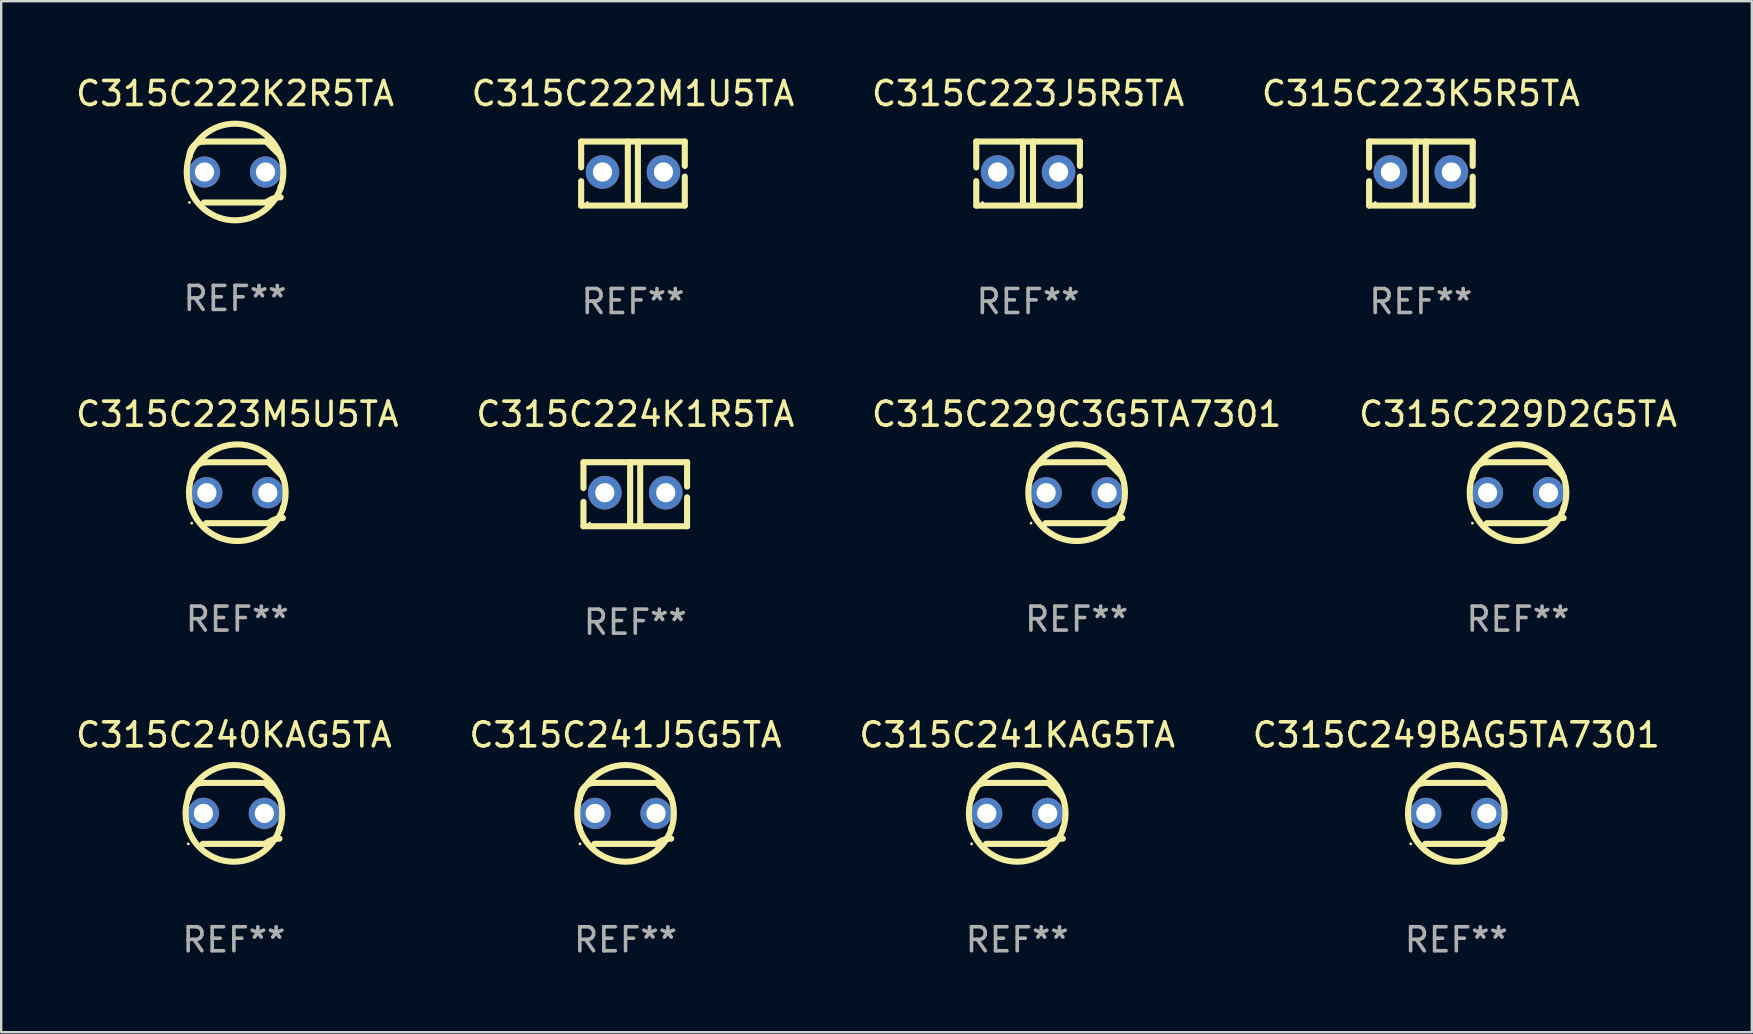
<source format=kicad_pcb>
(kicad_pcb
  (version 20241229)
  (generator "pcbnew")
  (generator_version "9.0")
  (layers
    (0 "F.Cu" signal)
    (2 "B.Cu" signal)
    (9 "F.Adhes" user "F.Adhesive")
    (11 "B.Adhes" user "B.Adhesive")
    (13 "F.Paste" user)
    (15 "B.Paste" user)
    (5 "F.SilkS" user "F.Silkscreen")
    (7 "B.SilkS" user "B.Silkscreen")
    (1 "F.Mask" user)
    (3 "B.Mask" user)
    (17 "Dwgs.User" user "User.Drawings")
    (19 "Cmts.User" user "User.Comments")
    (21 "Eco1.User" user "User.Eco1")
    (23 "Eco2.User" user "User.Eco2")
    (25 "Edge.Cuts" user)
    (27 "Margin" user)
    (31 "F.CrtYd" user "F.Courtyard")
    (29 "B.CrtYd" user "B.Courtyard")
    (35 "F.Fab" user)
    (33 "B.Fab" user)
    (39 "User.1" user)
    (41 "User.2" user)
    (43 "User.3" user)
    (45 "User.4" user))
  (footprint "C315C249BAG5TA7301"
    (layer "F.Cu")
    (at 57.637 30.845)
    (property "Reference" "C315C249BAG5TA7301" (at 0 -3.27 0) (layer "F.SilkS") (effects (font (size 1 1) (thickness 0.15))))
    (attr through_hole)
    (fp_line (start -1.9 -0.615) (end -1.9 -0.668) (stroke (width 0.254) (type solid)) (layer "F.SilkS"))
    (fp_line (start -1.9 0.668) (end -1.9 0.615) (stroke (width 0.254) (type solid)) (layer "F.SilkS"))
    (fp_line (start -1.298 1.27) (end 1.298 1.27) (stroke (width 0.254) (type solid)) (layer "F.SilkS"))
    (fp_line (start -1.298 -1.27) (end 1.298 -1.27) (stroke (width 0.254) (type solid)) (layer "F.SilkS"))
    (fp_line (start 1.9 -0.668) (end 1.9 -0.615) (stroke (width 0.254) (type solid)) (layer "F.SilkS"))
    (fp_line (start 1.9 0.615) (end 1.9 0.668) (stroke (width 0.254) (type solid)) (layer "F.SilkS"))
    (fp_arc (start -1.900025 0.667602) (mid 1.900003 -0.66758) (end -1.900025 0.667602) (stroke (width 0.254001) (type solid)) (layer "F.SilkS"))
    (fp_arc (start -1.9 -0.667602) (mid -1.723557 -1.093572) (end -1.297587 -1.270015) (stroke (width 0.254001) (type solid)) (layer "F.SilkS"))
    (fp_arc (start 1.297587 1.26999) (mid 1.579878 1.109027) (end 1.9 1.053172) (stroke (width 0.254001) (type solid)) (layer "F.SilkS"))
    (fp_arc (start 1.297611 -1.270042) (mid 1.598991 -0.969008) (end 1.900025 -0.667628) (stroke (width 0.254001) (type solid)) (layer "F.SilkS"))
    (fp_circle (center -1.9 1.27) (end -1.87 1.27) (stroke (width 0.06) (type solid)) (fill no) (layer "F.SilkS"))
    (fp_text user "REF**" (at 0 5.27 0) (layer "F.Fab") (effects (font (size 1 1) (thickness 0.15))))
    (pad "1" thru_hole circle (at -1.27 -0.000013) (size 1.3 1.3) (drill 0.8) (layers "*.Cu" "*.Mask"))
    (pad "2" thru_hole circle (at 1.27 -0.000013) (size 1.3 1.3) (drill 0.8) (layers "*.Cu" "*.Mask")))
  (footprint "C315C229D2G5TA"
    (layer "F.Cu")
    (at 60.208 17.482)
    (property "Reference" "C315C229D2G5TA" (at 0 -3.27 0) (layer "F.SilkS") (effects (font (size 1 1) (thickness 0.15))))
    (attr through_hole)
    (fp_line (start -1.9 -0.615) (end -1.9 -0.668) (stroke (width 0.254) (type solid)) (layer "F.SilkS"))
    (fp_line (start -1.9 0.668) (end -1.9 0.615) (stroke (width 0.254) (type solid)) (layer "F.SilkS"))
    (fp_line (start -1.298 1.27) (end 1.298 1.27) (stroke (width 0.254) (type solid)) (layer "F.SilkS"))
    (fp_line (start -1.298 -1.27) (end 1.298 -1.27) (stroke (width 0.254) (type solid)) (layer "F.SilkS"))
    (fp_line (start 1.9 -0.668) (end 1.9 -0.615) (stroke (width 0.254) (type solid)) (layer "F.SilkS"))
    (fp_line (start 1.9 0.615) (end 1.9 0.668) (stroke (width 0.254) (type solid)) (layer "F.SilkS"))
    (fp_arc (start -1.900025 0.667602) (mid 1.900003 -0.66758) (end -1.900025 0.667602) (stroke (width 0.254001) (type solid)) (layer "F.SilkS"))
    (fp_arc (start -1.9 -0.667602) (mid -1.723557 -1.093572) (end -1.297587 -1.270015) (stroke (width 0.254001) (type solid)) (layer "F.SilkS"))
    (fp_arc (start 1.297587 1.26999) (mid 1.579878 1.109027) (end 1.9 1.053172) (stroke (width 0.254001) (type solid)) (layer "F.SilkS"))
    (fp_arc (start 1.297611 -1.270042) (mid 1.598991 -0.969008) (end 1.900025 -0.667628) (stroke (width 0.254001) (type solid)) (layer "F.SilkS"))
    (fp_circle (center -1.9 1.27) (end -1.87 1.27) (stroke (width 0.06) (type solid)) (fill no) (layer "F.SilkS"))
    (fp_text user "REF**" (at 0 5.27 0) (layer "F.Fab") (effects (font (size 1 1) (thickness 0.15))))
    (pad "1" thru_hole circle (at -1.27 -0.000013) (size 1.3 1.3) (drill 0.8) (layers "*.Cu" "*.Mask"))
    (pad "2" thru_hole circle (at 1.27 -0.000013) (size 1.3 1.3) (drill 0.8) (layers "*.Cu" "*.Mask")))
  (footprint "C315C222K2R5TA"
    (layer "F.Cu")
    (at 6.744 4.118)
    (property "Reference" "C315C222K2R5TA" (at 0 -3.27 0) (layer "F.SilkS") (effects (font (size 1 1) (thickness 0.15))))
    (attr through_hole)
    (fp_line (start -1.9 -0.615) (end -1.9 -0.668) (stroke (width 0.254) (type solid)) (layer "F.SilkS"))
    (fp_line (start -1.9 0.668) (end -1.9 0.615) (stroke (width 0.254) (type solid)) (layer "F.SilkS"))
    (fp_line (start -1.298 1.27) (end 1.298 1.27) (stroke (width 0.254) (type solid)) (layer "F.SilkS"))
    (fp_line (start -1.298 -1.27) (end 1.298 -1.27) (stroke (width 0.254) (type solid)) (layer "F.SilkS"))
    (fp_line (start 1.9 -0.668) (end 1.9 -0.615) (stroke (width 0.254) (type solid)) (layer "F.SilkS"))
    (fp_line (start 1.9 0.615) (end 1.9 0.668) (stroke (width 0.254) (type solid)) (layer "F.SilkS"))
    (fp_arc (start -1.900025 0.667602) (mid 1.900003 -0.66758) (end -1.900025 0.667602) (stroke (width 0.254001) (type solid)) (layer "F.SilkS"))
    (fp_arc (start -1.9 -0.667602) (mid -1.723557 -1.093572) (end -1.297587 -1.270015) (stroke (width 0.254001) (type solid)) (layer "F.SilkS"))
    (fp_arc (start 1.297587 1.26999) (mid 1.579878 1.109027) (end 1.9 1.053172) (stroke (width 0.254001) (type solid)) (layer "F.SilkS"))
    (fp_arc (start 1.297611 -1.270042) (mid 1.598991 -0.969008) (end 1.900025 -0.667628) (stroke (width 0.254001) (type solid)) (layer "F.SilkS"))
    (fp_circle (center -1.9 1.27) (end -1.87 1.27) (stroke (width 0.06) (type solid)) (fill no) (layer "F.SilkS"))
    (fp_text user "REF**" (at 0 5.27 0) (layer "F.Fab") (effects (font (size 1 1) (thickness 0.15))))
    (pad "1" thru_hole circle (at -1.27 -0.000013) (size 1.3 1.3) (drill 0.8) (layers "*.Cu" "*.Mask"))
    (pad "2" thru_hole circle (at 1.27 -0.000013) (size 1.3 1.3) (drill 0.8) (layers "*.Cu" "*.Mask")))
  (footprint "C315C224K1R5TA"
    (layer "F.Cu")
    (at 23.423 17.545)
    (property "Reference" "C315C224K1R5TA" (at 0 -3.334 0) (layer "F.SilkS") (effects (font (size 1 1) (thickness 0.15))))
    (attr through_hole)
    (fp_line (start -2.159 -1.334) (end 2.159 -1.334) (stroke (width 0.254) (type solid)) (layer "F.SilkS"))
    (fp_line (start -2.159 -0.256) (end -2.159 -1.334) (stroke (width 0.254) (type solid)) (layer "F.SilkS"))
    (fp_line (start -2.159 1.334) (end -2.159 0.318) (stroke (width 0.254) (type solid)) (layer "F.SilkS"))
    (fp_line (start -0.214 -1.334) (end -0.214 1.207) (stroke (width 0.254) (type solid)) (layer "F.SilkS"))
    (fp_line (start 0.205 -1.334) (end 0.205 1.207) (stroke (width 0.254) (type solid)) (layer "F.SilkS"))
    (fp_line (start 2.159 -1.334) (end 2.159 -0.318) (stroke (width 0.254) (type solid)) (layer "F.SilkS"))
    (fp_line (start 2.159 0.129) (end 2.159 1.334) (stroke (width 0.254) (type solid)) (layer "F.SilkS"))
    (fp_line (start 2.159 1.334) (end -2.159 1.334) (stroke (width 0.254) (type solid)) (layer "F.SilkS"))
    (fp_circle (center -1.9 1.207) (end -1.87 1.207) (stroke (width 0.06) (type solid)) (fill no) (layer "F.SilkS"))
    (fp_text user "REF**" (at 0 5.334 0) (layer "F.Fab") (effects (font (size 1 1) (thickness 0.15))))
    (pad "1" thru_hole circle (at -1.27 -0.064) (size 1.4 1.4) (drill 0.8) (layers "*.Cu" "*.Mask"))
    (pad "2" thru_hole circle (at 1.27 -0.064) (size 1.4 1.4) (drill 0.8) (layers "*.Cu" "*.Mask")))
  (footprint "C315C241KAG5TA"
    (layer "F.Cu")
    (at 39.339 30.845)
    (property "Reference" "C315C241KAG5TA" (at 0 -3.27 0) (layer "F.SilkS") (effects (font (size 1 1) (thickness 0.15))))
    (attr through_hole)
    (fp_line (start -1.9 -0.615) (end -1.9 -0.668) (stroke (width 0.254) (type solid)) (layer "F.SilkS"))
    (fp_line (start -1.9 0.668) (end -1.9 0.615) (stroke (width 0.254) (type solid)) (layer "F.SilkS"))
    (fp_line (start -1.298 1.27) (end 1.298 1.27) (stroke (width 0.254) (type solid)) (layer "F.SilkS"))
    (fp_line (start -1.298 -1.27) (end 1.298 -1.27) (stroke (width 0.254) (type solid)) (layer "F.SilkS"))
    (fp_line (start 1.9 -0.668) (end 1.9 -0.615) (stroke (width 0.254) (type solid)) (layer "F.SilkS"))
    (fp_line (start 1.9 0.615) (end 1.9 0.668) (stroke (width 0.254) (type solid)) (layer "F.SilkS"))
    (fp_arc (start -1.900025 0.667602) (mid 1.900003 -0.66758) (end -1.900025 0.667602) (stroke (width 0.254001) (type solid)) (layer "F.SilkS"))
    (fp_arc (start -1.9 -0.667602) (mid -1.723557 -1.093572) (end -1.297587 -1.270015) (stroke (width 0.254001) (type solid)) (layer "F.SilkS"))
    (fp_arc (start 1.297587 1.26999) (mid 1.579878 1.109027) (end 1.9 1.053172) (stroke (width 0.254001) (type solid)) (layer "F.SilkS"))
    (fp_arc (start 1.297611 -1.270042) (mid 1.598991 -0.969008) (end 1.900025 -0.667628) (stroke (width 0.254001) (type solid)) (layer "F.SilkS"))
    (fp_circle (center -1.9 1.27) (end -1.87 1.27) (stroke (width 0.06) (type solid)) (fill no) (layer "F.SilkS"))
    (fp_text user "REF**" (at 0 5.27 0) (layer "F.Fab") (effects (font (size 1 1) (thickness 0.15))))
    (pad "1" thru_hole circle (at -1.27 -0.000013) (size 1.3 1.3) (drill 0.8) (layers "*.Cu" "*.Mask"))
    (pad "2" thru_hole circle (at 1.27 -0.000013) (size 1.3 1.3) (drill 0.8) (layers "*.Cu" "*.Mask")))
  (footprint "C315C241J5G5TA"
    (layer "F.Cu")
    (at 23.018 30.845)
    (property "Reference" "C315C241J5G5TA" (at 0 -3.27 0) (layer "F.SilkS") (effects (font (size 1 1) (thickness 0.15))))
    (attr through_hole)
    (fp_line (start -1.9 -0.615) (end -1.9 -0.668) (stroke (width 0.254) (type solid)) (layer "F.SilkS"))
    (fp_line (start -1.9 0.668) (end -1.9 0.615) (stroke (width 0.254) (type solid)) (layer "F.SilkS"))
    (fp_line (start -1.298 1.27) (end 1.298 1.27) (stroke (width 0.254) (type solid)) (layer "F.SilkS"))
    (fp_line (start -1.298 -1.27) (end 1.298 -1.27) (stroke (width 0.254) (type solid)) (layer "F.SilkS"))
    (fp_line (start 1.9 -0.668) (end 1.9 -0.615) (stroke (width 0.254) (type solid)) (layer "F.SilkS"))
    (fp_line (start 1.9 0.615) (end 1.9 0.668) (stroke (width 0.254) (type solid)) (layer "F.SilkS"))
    (fp_arc (start -1.900025 0.667602) (mid 1.900003 -0.66758) (end -1.900025 0.667602) (stroke (width 0.254001) (type solid)) (layer "F.SilkS"))
    (fp_arc (start -1.9 -0.667602) (mid -1.723557 -1.093572) (end -1.297587 -1.270015) (stroke (width 0.254001) (type solid)) (layer "F.SilkS"))
    (fp_arc (start 1.297587 1.26999) (mid 1.579878 1.109027) (end 1.9 1.053172) (stroke (width 0.254001) (type solid)) (layer "F.SilkS"))
    (fp_arc (start 1.297611 -1.270042) (mid 1.598991 -0.969008) (end 1.900025 -0.667628) (stroke (width 0.254001) (type solid)) (layer "F.SilkS"))
    (fp_circle (center -1.9 1.27) (end -1.87 1.27) (stroke (width 0.06) (type solid)) (fill no) (layer "F.SilkS"))
    (fp_text user "REF**" (at 0 5.27 0) (layer "F.Fab") (effects (font (size 1 1) (thickness 0.15))))
    (pad "1" thru_hole circle (at -1.27 -0.000013) (size 1.3 1.3) (drill 0.8) (layers "*.Cu" "*.Mask"))
    (pad "2" thru_hole circle (at 1.27 -0.000013) (size 1.3 1.3) (drill 0.8) (layers "*.Cu" "*.Mask")))
  (footprint "C315C229C3G5TA7301"
    (layer "F.Cu")
    (at 41.815 17.482)
    (property "Reference" "C315C229C3G5TA7301" (at 0 -3.27 0) (layer "F.SilkS") (effects (font (size 1 1) (thickness 0.15))))
    (attr through_hole)
    (fp_line (start -1.9 -0.615) (end -1.9 -0.668) (stroke (width 0.254) (type solid)) (layer "F.SilkS"))
    (fp_line (start -1.9 0.668) (end -1.9 0.615) (stroke (width 0.254) (type solid)) (layer "F.SilkS"))
    (fp_line (start -1.298 1.27) (end 1.298 1.27) (stroke (width 0.254) (type solid)) (layer "F.SilkS"))
    (fp_line (start -1.298 -1.27) (end 1.298 -1.27) (stroke (width 0.254) (type solid)) (layer "F.SilkS"))
    (fp_line (start 1.9 -0.668) (end 1.9 -0.615) (stroke (width 0.254) (type solid)) (layer "F.SilkS"))
    (fp_line (start 1.9 0.615) (end 1.9 0.668) (stroke (width 0.254) (type solid)) (layer "F.SilkS"))
    (fp_arc (start -1.900025 0.667602) (mid 1.900003 -0.66758) (end -1.900025 0.667602) (stroke (width 0.254001) (type solid)) (layer "F.SilkS"))
    (fp_arc (start -1.9 -0.667602) (mid -1.723557 -1.093572) (end -1.297587 -1.270015) (stroke (width 0.254001) (type solid)) (layer "F.SilkS"))
    (fp_arc (start 1.297587 1.26999) (mid 1.579878 1.109027) (end 1.9 1.053172) (stroke (width 0.254001) (type solid)) (layer "F.SilkS"))
    (fp_arc (start 1.297611 -1.270042) (mid 1.598991 -0.969008) (end 1.900025 -0.667628) (stroke (width 0.254001) (type solid)) (layer "F.SilkS"))
    (fp_circle (center -1.9 1.27) (end -1.87 1.27) (stroke (width 0.06) (type solid)) (fill no) (layer "F.SilkS"))
    (fp_text user "REF**" (at 0 5.27 0) (layer "F.Fab") (effects (font (size 1 1) (thickness 0.15))))
    (pad "1" thru_hole circle (at -1.27 -0.000013) (size 1.3 1.3) (drill 0.8) (layers "*.Cu" "*.Mask"))
    (pad "2" thru_hole circle (at 1.27 -0.000013) (size 1.3 1.3) (drill 0.8) (layers "*.Cu" "*.Mask")))
  (footprint "C315C223J5R5TA"
    (layer "F.Cu")
    (at 39.792 4.182)
    (property "Reference" "C315C223J5R5TA" (at 0 -3.334 0) (layer "F.SilkS") (effects (font (size 1 1) (thickness 0.15))))
    (attr through_hole)
    (fp_line (start -2.159 -1.334) (end 2.159 -1.334) (stroke (width 0.254) (type solid)) (layer "F.SilkS"))
    (fp_line (start -2.159 -0.256) (end -2.159 -1.334) (stroke (width 0.254) (type solid)) (layer "F.SilkS"))
    (fp_line (start -2.159 1.334) (end -2.159 0.318) (stroke (width 0.254) (type solid)) (layer "F.SilkS"))
    (fp_line (start -0.214 -1.334) (end -0.214 1.207) (stroke (width 0.254) (type solid)) (layer "F.SilkS"))
    (fp_line (start 0.205 -1.334) (end 0.205 1.207) (stroke (width 0.254) (type solid)) (layer "F.SilkS"))
    (fp_line (start 2.159 -1.334) (end 2.159 -0.318) (stroke (width 0.254) (type solid)) (layer "F.SilkS"))
    (fp_line (start 2.159 0.129) (end 2.159 1.334) (stroke (width 0.254) (type solid)) (layer "F.SilkS"))
    (fp_line (start 2.159 1.334) (end -2.159 1.334) (stroke (width 0.254) (type solid)) (layer "F.SilkS"))
    (fp_circle (center -1.9 1.207) (end -1.87 1.207) (stroke (width 0.06) (type solid)) (fill no) (layer "F.SilkS"))
    (fp_text user "REF**" (at 0 5.334 0) (layer "F.Fab") (effects (font (size 1 1) (thickness 0.15))))
    (pad "1" thru_hole circle (at -1.27 -0.064) (size 1.4 1.4) (drill 0.8) (layers "*.Cu" "*.Mask"))
    (pad "2" thru_hole circle (at 1.27 -0.064) (size 1.4 1.4) (drill 0.8) (layers "*.Cu" "*.Mask")))
  (footprint "C315C222M1U5TA"
    (layer "F.Cu")
    (at 23.327 4.182)
    (property "Reference" "C315C222M1U5TA" (at 0 -3.334 0) (layer "F.SilkS") (effects (font (size 1 1) (thickness 0.15))))
    (attr through_hole)
    (fp_line (start -2.159 -1.334) (end 2.159 -1.334) (stroke (width 0.254) (type solid)) (layer "F.SilkS"))
    (fp_line (start -2.159 -0.256) (end -2.159 -1.334) (stroke (width 0.254) (type solid)) (layer "F.SilkS"))
    (fp_line (start -2.159 1.334) (end -2.159 0.318) (stroke (width 0.254) (type solid)) (layer "F.SilkS"))
    (fp_line (start -0.214 -1.334) (end -0.214 1.207) (stroke (width 0.254) (type solid)) (layer "F.SilkS"))
    (fp_line (start 0.205 -1.334) (end 0.205 1.207) (stroke (width 0.254) (type solid)) (layer "F.SilkS"))
    (fp_line (start 2.159 -1.334) (end 2.159 -0.318) (stroke (width 0.254) (type solid)) (layer "F.SilkS"))
    (fp_line (start 2.159 0.129) (end 2.159 1.334) (stroke (width 0.254) (type solid)) (layer "F.SilkS"))
    (fp_line (start 2.159 1.334) (end -2.159 1.334) (stroke (width 0.254) (type solid)) (layer "F.SilkS"))
    (fp_circle (center -1.9 1.207) (end -1.87 1.207) (stroke (width 0.06) (type solid)) (fill no) (layer "F.SilkS"))
    (fp_text user "REF**" (at 0 5.334 0) (layer "F.Fab") (effects (font (size 1 1) (thickness 0.15))))
    (pad "1" thru_hole circle (at -1.27 -0.064) (size 1.4 1.4) (drill 0.8) (layers "*.Cu" "*.Mask"))
    (pad "2" thru_hole circle (at 1.27 -0.064) (size 1.4 1.4) (drill 0.8) (layers "*.Cu" "*.Mask")))
  (footprint "C315C240KAG5TA"
    (layer "F.Cu")
    (at 6.696 30.845)
    (property "Reference" "C315C240KAG5TA" (at 0 -3.27 0) (layer "F.SilkS") (effects (font (size 1 1) (thickness 0.15))))
    (attr through_hole)
    (fp_line (start -1.9 -0.615) (end -1.9 -0.668) (stroke (width 0.254) (type solid)) (layer "F.SilkS"))
    (fp_line (start -1.9 0.668) (end -1.9 0.615) (stroke (width 0.254) (type solid)) (layer "F.SilkS"))
    (fp_line (start -1.298 1.27) (end 1.298 1.27) (stroke (width 0.254) (type solid)) (layer "F.SilkS"))
    (fp_line (start -1.298 -1.27) (end 1.298 -1.27) (stroke (width 0.254) (type solid)) (layer "F.SilkS"))
    (fp_line (start 1.9 -0.668) (end 1.9 -0.615) (stroke (width 0.254) (type solid)) (layer "F.SilkS"))
    (fp_line (start 1.9 0.615) (end 1.9 0.668) (stroke (width 0.254) (type solid)) (layer "F.SilkS"))
    (fp_arc (start -1.900025 0.667602) (mid 1.900003 -0.66758) (end -1.900025 0.667602) (stroke (width 0.254001) (type solid)) (layer "F.SilkS"))
    (fp_arc (start -1.9 -0.667602) (mid -1.723557 -1.093572) (end -1.297587 -1.270015) (stroke (width 0.254001) (type solid)) (layer "F.SilkS"))
    (fp_arc (start 1.297587 1.26999) (mid 1.579878 1.109027) (end 1.9 1.053172) (stroke (width 0.254001) (type solid)) (layer "F.SilkS"))
    (fp_arc (start 1.297611 -1.270042) (mid 1.598991 -0.969008) (end 1.900025 -0.667628) (stroke (width 0.254001) (type solid)) (layer "F.SilkS"))
    (fp_circle (center -1.9 1.27) (end -1.87 1.27) (stroke (width 0.06) (type solid)) (fill no) (layer "F.SilkS"))
    (fp_text user "REF**" (at 0 5.27 0) (layer "F.Fab") (effects (font (size 1 1) (thickness 0.15))))
    (pad "1" thru_hole circle (at -1.27 -0.000013) (size 1.3 1.3) (drill 0.8) (layers "*.Cu" "*.Mask"))
    (pad "2" thru_hole circle (at 1.27 -0.000013) (size 1.3 1.3) (drill 0.8) (layers "*.Cu" "*.Mask")))
  (footprint "C315C223M5U5TA"
    (layer "F.Cu")
    (at 6.839 17.482)
    (property "Reference" "C315C223M5U5TA" (at 0 -3.27 0) (layer "F.SilkS") (effects (font (size 1 1) (thickness 0.15))))
    (attr through_hole)
    (fp_line (start -1.9 -0.615) (end -1.9 -0.668) (stroke (width 0.254) (type solid)) (layer "F.SilkS"))
    (fp_line (start -1.9 0.668) (end -1.9 0.615) (stroke (width 0.254) (type solid)) (layer "F.SilkS"))
    (fp_line (start -1.298 1.27) (end 1.298 1.27) (stroke (width 0.254) (type solid)) (layer "F.SilkS"))
    (fp_line (start -1.298 -1.27) (end 1.298 -1.27) (stroke (width 0.254) (type solid)) (layer "F.SilkS"))
    (fp_line (start 1.9 -0.668) (end 1.9 -0.615) (stroke (width 0.254) (type solid)) (layer "F.SilkS"))
    (fp_line (start 1.9 0.615) (end 1.9 0.668) (stroke (width 0.254) (type solid)) (layer "F.SilkS"))
    (fp_arc (start -1.900025 0.667602) (mid 1.900003 -0.66758) (end -1.900025 0.667602) (stroke (width 0.254001) (type solid)) (layer "F.SilkS"))
    (fp_arc (start -1.9 -0.667602) (mid -1.723557 -1.093572) (end -1.297587 -1.270015) (stroke (width 0.254001) (type solid)) (layer "F.SilkS"))
    (fp_arc (start 1.297587 1.26999) (mid 1.579878 1.109027) (end 1.9 1.053172) (stroke (width 0.254001) (type solid)) (layer "F.SilkS"))
    (fp_arc (start 1.297611 -1.270042) (mid 1.598991 -0.969008) (end 1.900025 -0.667628) (stroke (width 0.254001) (type solid)) (layer "F.SilkS"))
    (fp_circle (center -1.9 1.27) (end -1.87 1.27) (stroke (width 0.06) (type solid)) (fill no) (layer "F.SilkS"))
    (fp_text user "REF**" (at 0 5.27 0) (layer "F.Fab") (effects (font (size 1 1) (thickness 0.15))))
    (pad "1" thru_hole circle (at -1.27 -0.000013) (size 1.3 1.3) (drill 0.8) (layers "*.Cu" "*.Mask"))
    (pad "2" thru_hole circle (at 1.27 -0.000013) (size 1.3 1.3) (drill 0.8) (layers "*.Cu" "*.Mask")))
  (footprint "C315C223K5R5TA"
    (layer "F.Cu")
    (at 56.161 4.182)
    (property "Reference" "C315C223K5R5TA" (at 0 -3.334 0) (layer "F.SilkS") (effects (font (size 1 1) (thickness 0.15))))
    (attr through_hole)
    (fp_line (start -2.159 -1.334) (end 2.159 -1.334) (stroke (width 0.254) (type solid)) (layer "F.SilkS"))
    (fp_line (start -2.159 -0.256) (end -2.159 -1.334) (stroke (width 0.254) (type solid)) (layer "F.SilkS"))
    (fp_line (start -2.159 1.334) (end -2.159 0.318) (stroke (width 0.254) (type solid)) (layer "F.SilkS"))
    (fp_line (start -0.214 -1.334) (end -0.214 1.207) (stroke (width 0.254) (type solid)) (layer "F.SilkS"))
    (fp_line (start 0.205 -1.334) (end 0.205 1.207) (stroke (width 0.254) (type solid)) (layer "F.SilkS"))
    (fp_line (start 2.159 -1.334) (end 2.159 -0.318) (stroke (width 0.254) (type solid)) (layer "F.SilkS"))
    (fp_line (start 2.159 0.129) (end 2.159 1.334) (stroke (width 0.254) (type solid)) (layer "F.SilkS"))
    (fp_line (start 2.159 1.334) (end -2.159 1.334) (stroke (width 0.254) (type solid)) (layer "F.SilkS"))
    (fp_circle (center -1.9 1.207) (end -1.87 1.207) (stroke (width 0.06) (type solid)) (fill no) (layer "F.SilkS"))
    (fp_text user "REF**" (at 0 5.334 0) (layer "F.Fab") (effects (font (size 1 1) (thickness 0.15))))
    (pad "1" thru_hole circle (at -1.27 -0.064) (size 1.4 1.4) (drill 0.8) (layers "*.Cu" "*.Mask"))
    (pad "2" thru_hole circle (at 1.27 -0.064) (size 1.4 1.4) (drill 0.8) (layers "*.Cu" "*.Mask")))
  (gr_rect
    (start -3 -3)
    (end 69.952 39.964)
    (stroke (width 0.1) (type default))
    (fill no)
    (layer "Edge.Cuts")))
</source>
